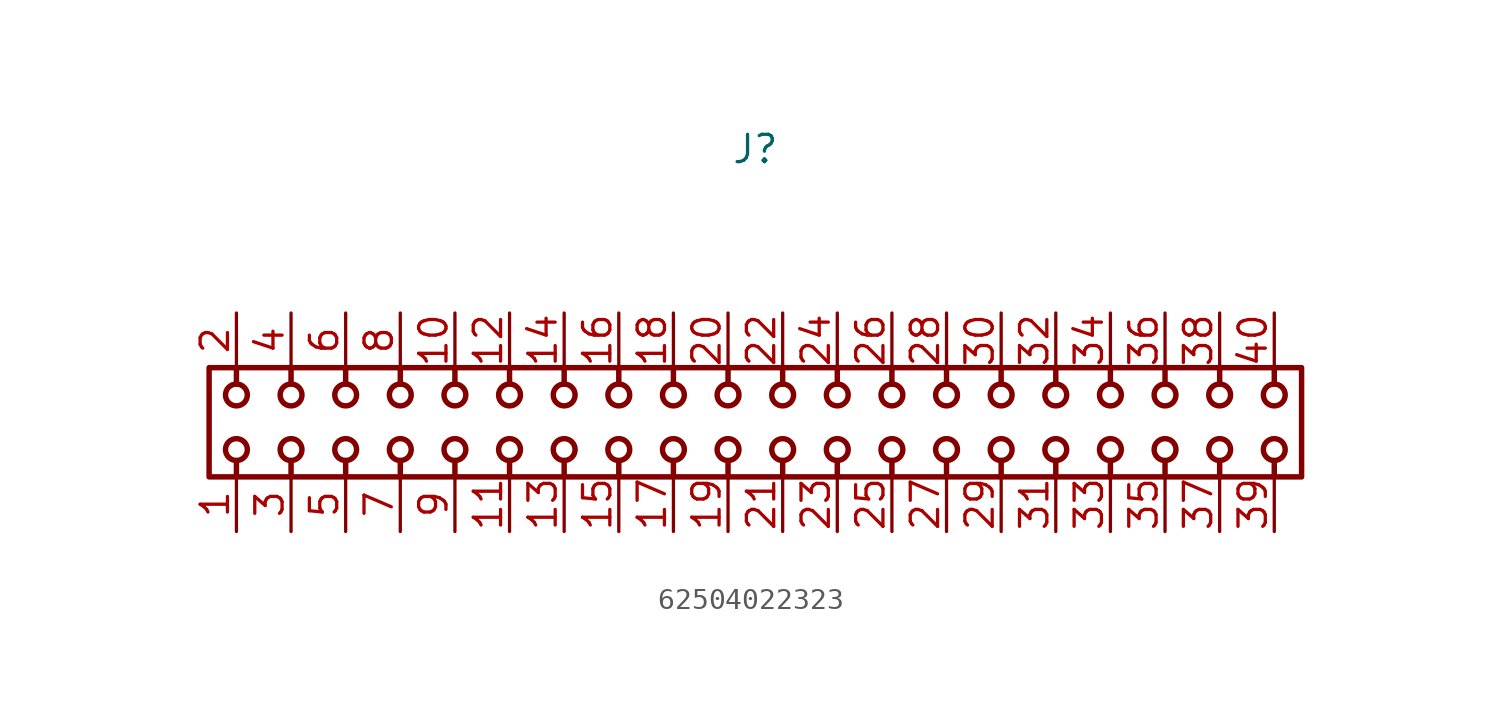
<source format=kicad_sym>
(kicad_symbol_lib
  (version 20241209)
  (generator "kicad_symbol_editor")
  (generator_version "9.0")
  (symbol "62504022323"
    (pin_names
      (hide yes))
    (property "Reference" "J"
      (at 0 12.7 0)
      (effects (font (size 1.27 1.27))))
    (symbol "62504022323_1_1"
      (rectangle (start -25.4 2.54) (end 25.4 -2.54) (stroke (width 0.254) (type solid)) (fill (type none)))
      (polyline (pts (xy -24.13 1.778) (xy -24.13 2.54)) (stroke (width 0.254) (type solid)) (fill (type none)))
      (circle (center -24.13 1.27) (radius 0.508) (stroke (width 0.254) (type solid)) (fill (type none)))
      (circle (center -24.13 -1.27) (radius 0.508) (stroke (width 0.254) (type solid)) (fill (type none)))
      (polyline (pts (xy -24.13 -1.778) (xy -24.13 -2.54)) (stroke (width 0.254) (type solid)) (fill (type none)))
      (polyline (pts (xy -21.59 1.778) (xy -21.59 2.54)) (stroke (width 0.254) (type solid)) (fill (type none)))
      (circle (center -21.59 1.27) (radius 0.508) (stroke (width 0.254) (type solid)) (fill (type none)))
      (circle (center -21.59 -1.27) (radius 0.508) (stroke (width 0.254) (type solid)) (fill (type none)))
      (polyline (pts (xy -21.59 -1.778) (xy -21.59 -2.54)) (stroke (width 0.254) (type solid)) (fill (type none)))
      (polyline (pts (xy -19.05 1.778) (xy -19.05 2.54)) (stroke (width 0.254) (type solid)) (fill (type none)))
      (circle (center -19.05 1.27) (radius 0.508) (stroke (width 0.254) (type solid)) (fill (type none)))
      (circle (center -19.05 -1.27) (radius 0.508) (stroke (width 0.254) (type solid)) (fill (type none)))
      (polyline (pts (xy -19.05 -1.778) (xy -19.05 -2.54)) (stroke (width 0.254) (type solid)) (fill (type none)))
      (polyline (pts (xy -16.51 1.778) (xy -16.51 2.54)) (stroke (width 0.254) (type solid)) (fill (type none)))
      (circle (center -16.51 1.27) (radius 0.508) (stroke (width 0.254) (type solid)) (fill (type none)))
      (circle (center -16.51 -1.27) (radius 0.508) (stroke (width 0.254) (type solid)) (fill (type none)))
      (polyline (pts (xy -16.51 -1.778) (xy -16.51 -2.54)) (stroke (width 0.254) (type solid)) (fill (type none)))
      (polyline (pts (xy -13.97 1.778) (xy -13.97 2.54)) (stroke (width 0.254) (type solid)) (fill (type none)))
      (circle (center -13.97 1.27) (radius 0.508) (stroke (width 0.254) (type solid)) (fill (type none)))
      (circle (center -13.97 -1.27) (radius 0.508) (stroke (width 0.254) (type solid)) (fill (type none)))
      (polyline (pts (xy -13.97 -1.778) (xy -13.97 -2.54)) (stroke (width 0.254) (type solid)) (fill (type none)))
      (polyline (pts (xy -11.43 1.778) (xy -11.43 2.54)) (stroke (width 0.254) (type solid)) (fill (type none)))
      (circle (center -11.43 1.27) (radius 0.508) (stroke (width 0.254) (type solid)) (fill (type none)))
      (circle (center -11.43 -1.27) (radius 0.508) (stroke (width 0.254) (type solid)) (fill (type none)))
      (polyline (pts (xy -11.43 -1.778) (xy -11.43 -2.54)) (stroke (width 0.254) (type solid)) (fill (type none)))
      (polyline (pts (xy -8.89 1.778) (xy -8.89 2.54)) (stroke (width 0.254) (type solid)) (fill (type none)))
      (circle (center -8.89 1.27) (radius 0.508) (stroke (width 0.254) (type solid)) (fill (type none)))
      (circle (center -8.89 -1.27) (radius 0.508) (stroke (width 0.254) (type solid)) (fill (type none)))
      (polyline (pts (xy -8.89 -1.778) (xy -8.89 -2.54)) (stroke (width 0.254) (type solid)) (fill (type none)))
      (polyline (pts (xy -6.35 1.778) (xy -6.35 2.54)) (stroke (width 0.254) (type solid)) (fill (type none)))
      (circle (center -6.35 1.27) (radius 0.508) (stroke (width 0.254) (type solid)) (fill (type none)))
      (circle (center -6.35 -1.27) (radius 0.508) (stroke (width 0.254) (type solid)) (fill (type none)))
      (polyline (pts (xy -6.35 -1.778) (xy -6.35 -2.54)) (stroke (width 0.254) (type solid)) (fill (type none)))
      (polyline (pts (xy -3.81 1.778) (xy -3.81 2.54)) (stroke (width 0.254) (type solid)) (fill (type none)))
      (circle (center -3.81 1.27) (radius 0.508) (stroke (width 0.254) (type solid)) (fill (type none)))
      (circle (center -3.81 -1.27) (radius 0.508) (stroke (width 0.254) (type solid)) (fill (type none)))
      (polyline (pts (xy -3.81 -1.778) (xy -3.81 -2.54)) (stroke (width 0.254) (type solid)) (fill (type none)))
      (polyline (pts (xy -1.27 1.778) (xy -1.27 2.54)) (stroke (width 0.254) (type solid)) (fill (type none)))
      (circle (center -1.27 1.27) (radius 0.508) (stroke (width 0.254) (type solid)) (fill (type none)))
      (circle (center -1.27 -1.27) (radius 0.508) (stroke (width 0.254) (type solid)) (fill (type none)))
      (polyline (pts (xy -1.27 -1.778) (xy -1.27 -2.54)) (stroke (width 0.254) (type solid)) (fill (type none)))
      (polyline (pts (xy 1.27 1.778) (xy 1.27 2.54)) (stroke (width 0.254) (type solid)) (fill (type none)))
      (circle (center 1.27 1.27) (radius 0.508) (stroke (width 0.254) (type solid)) (fill (type none)))
      (circle (center 1.27 -1.27) (radius 0.508) (stroke (width 0.254) (type solid)) (fill (type none)))
      (polyline (pts (xy 1.27 -1.778) (xy 1.27 -2.54)) (stroke (width 0.254) (type solid)) (fill (type none)))
      (polyline (pts (xy 3.81 1.778) (xy 3.81 2.54)) (stroke (width 0.254) (type solid)) (fill (type none)))
      (circle (center 3.81 1.27) (radius 0.508) (stroke (width 0.254) (type solid)) (fill (type none)))
      (circle (center 3.81 -1.27) (radius 0.508) (stroke (width 0.254) (type solid)) (fill (type none)))
      (polyline (pts (xy 3.81 -1.778) (xy 3.81 -2.54)) (stroke (width 0.254) (type solid)) (fill (type none)))
      (polyline (pts (xy 6.35 1.778) (xy 6.35 2.54)) (stroke (width 0.254) (type solid)) (fill (type none)))
      (circle (center 6.35 1.27) (radius 0.508) (stroke (width 0.254) (type solid)) (fill (type none)))
      (circle (center 6.35 -1.27) (radius 0.508) (stroke (width 0.254) (type solid)) (fill (type none)))
      (polyline (pts (xy 6.35 -1.778) (xy 6.35 -2.54)) (stroke (width 0.254) (type solid)) (fill (type none)))
      (polyline (pts (xy 8.89 1.778) (xy 8.89 2.54)) (stroke (width 0.254) (type solid)) (fill (type none)))
      (circle (center 8.89 1.27) (radius 0.508) (stroke (width 0.254) (type solid)) (fill (type none)))
      (circle (center 8.89 -1.27) (radius 0.508) (stroke (width 0.254) (type solid)) (fill (type none)))
      (polyline (pts (xy 8.89 -1.778) (xy 8.89 -2.54)) (stroke (width 0.254) (type solid)) (fill (type none)))
      (polyline (pts (xy 11.43 1.778) (xy 11.43 2.54)) (stroke (width 0.254) (type solid)) (fill (type none)))
      (circle (center 11.43 1.27) (radius 0.508) (stroke (width 0.254) (type solid)) (fill (type none)))
      (circle (center 11.43 -1.27) (radius 0.508) (stroke (width 0.254) (type solid)) (fill (type none)))
      (polyline (pts (xy 11.43 -1.778) (xy 11.43 -2.54)) (stroke (width 0.254) (type solid)) (fill (type none)))
      (polyline (pts (xy 13.97 1.778) (xy 13.97 2.54)) (stroke (width 0.254) (type solid)) (fill (type none)))
      (circle (center 13.97 1.27) (radius 0.508) (stroke (width 0.254) (type solid)) (fill (type none)))
      (circle (center 13.97 -1.27) (radius 0.508) (stroke (width 0.254) (type solid)) (fill (type none)))
      (polyline (pts (xy 13.97 -1.778) (xy 13.97 -2.54)) (stroke (width 0.254) (type solid)) (fill (type none)))
      (polyline (pts (xy 16.51 1.778) (xy 16.51 2.54)) (stroke (width 0.254) (type solid)) (fill (type none)))
      (circle (center 16.51 1.27) (radius 0.508) (stroke (width 0.254) (type solid)) (fill (type none)))
      (circle (center 16.51 -1.27) (radius 0.508) (stroke (width 0.254) (type solid)) (fill (type none)))
      (polyline (pts (xy 16.51 -1.778) (xy 16.51 -2.54)) (stroke (width 0.254) (type solid)) (fill (type none)))
      (polyline (pts (xy 19.05 1.778) (xy 19.05 2.54)) (stroke (width 0.254) (type solid)) (fill (type none)))
      (circle (center 19.05 1.27) (radius 0.508) (stroke (width 0.254) (type solid)) (fill (type none)))
      (circle (center 19.05 -1.27) (radius 0.508) (stroke (width 0.254) (type solid)) (fill (type none)))
      (polyline (pts (xy 19.05 -1.778) (xy 19.05 -2.54)) (stroke (width 0.254) (type solid)) (fill (type none)))
      (polyline (pts (xy 21.59 1.778) (xy 21.59 2.54)) (stroke (width 0.254) (type solid)) (fill (type none)))
      (circle (center 21.59 1.27) (radius 0.508) (stroke (width 0.254) (type solid)) (fill (type none)))
      (circle (center 21.59 -1.27) (radius 0.508) (stroke (width 0.254) (type solid)) (fill (type none)))
      (polyline (pts (xy 21.59 -1.778) (xy 21.59 -2.54)) (stroke (width 0.254) (type solid)) (fill (type none)))
      (polyline (pts (xy 24.13 1.778) (xy 24.13 2.54)) (stroke (width 0.254) (type solid)) (fill (type none)))
      (circle (center 24.13 1.27) (radius 0.508) (stroke (width 0.254) (type solid)) (fill (type none)))
      (circle (center 24.13 -1.27) (radius 0.508) (stroke (width 0.254) (type solid)) (fill (type none)))
      (polyline (pts (xy 24.13 -1.778) (xy 24.13 -2.54)) (stroke (width 0.254) (type solid)) (fill (type none)))
      (pin passive line (at -24.13 5.08 270) (length 2.54) (name "2" (effects (font (size 1.27 1.27)))) (number "2" (effects (font (size 1.27 1.27)))))
      (pin passive line (at -24.13 -5.08 90) (length 2.54) (name "1" (effects (font (size 1.27 1.27)))) (number "1" (effects (font (size 1.27 1.27)))))
      (pin passive line (at -21.59 5.08 270) (length 2.54) (name "4" (effects (font (size 1.27 1.27)))) (number "4" (effects (font (size 1.27 1.27)))))
      (pin passive line (at -21.59 -5.08 90) (length 2.54) (name "3" (effects (font (size 1.27 1.27)))) (number "3" (effects (font (size 1.27 1.27)))))
      (pin passive line (at -19.05 5.08 270) (length 2.54) (name "6" (effects (font (size 1.27 1.27)))) (number "6" (effects (font (size 1.27 1.27)))))
      (pin passive line (at -19.05 -5.08 90) (length 2.54) (name "5" (effects (font (size 1.27 1.27)))) (number "5" (effects (font (size 1.27 1.27)))))
      (pin passive line (at -16.51 5.08 270) (length 2.54) (name "8" (effects (font (size 1.27 1.27)))) (number "8" (effects (font (size 1.27 1.27)))))
      (pin passive line (at -16.51 -5.08 90) (length 2.54) (name "7" (effects (font (size 1.27 1.27)))) (number "7" (effects (font (size 1.27 1.27)))))
      (pin passive line (at -13.97 5.08 270) (length 2.54) (name "10" (effects (font (size 1.27 1.27)))) (number "10" (effects (font (size 1.27 1.27)))))
      (pin passive line (at -13.97 -5.08 90) (length 2.54) (name "9" (effects (font (size 1.27 1.27)))) (number "9" (effects (font (size 1.27 1.27)))))
      (pin passive line (at -11.43 5.08 270) (length 2.54) (name "12" (effects (font (size 1.27 1.27)))) (number "12" (effects (font (size 1.27 1.27)))))
      (pin passive line (at -11.43 -5.08 90) (length 2.54) (name "11" (effects (font (size 1.27 1.27)))) (number "11" (effects (font (size 1.27 1.27)))))
      (pin passive line (at -8.89 5.08 270) (length 2.54) (name "14" (effects (font (size 1.27 1.27)))) (number "14" (effects (font (size 1.27 1.27)))))
      (pin passive line (at -8.89 -5.08 90) (length 2.54) (name "13" (effects (font (size 1.27 1.27)))) (number "13" (effects (font (size 1.27 1.27)))))
      (pin passive line (at -6.35 5.08 270) (length 2.54) (name "16" (effects (font (size 1.27 1.27)))) (number "16" (effects (font (size 1.27 1.27)))))
      (pin passive line (at -6.35 -5.08 90) (length 2.54) (name "15" (effects (font (size 1.27 1.27)))) (number "15" (effects (font (size 1.27 1.27)))))
      (pin passive line (at -3.81 5.08 270) (length 2.54) (name "18" (effects (font (size 1.27 1.27)))) (number "18" (effects (font (size 1.27 1.27)))))
      (pin passive line (at -3.81 -5.08 90) (length 2.54) (name "17" (effects (font (size 1.27 1.27)))) (number "17" (effects (font (size 1.27 1.27)))))
      (pin passive line (at -1.27 5.08 270) (length 2.54) (name "20" (effects (font (size 1.27 1.27)))) (number "20" (effects (font (size 1.27 1.27)))))
      (pin passive line (at -1.27 -5.08 90) (length 2.54) (name "19" (effects (font (size 1.27 1.27)))) (number "19" (effects (font (size 1.27 1.27)))))
      (pin passive line (at 1.27 5.08 270) (length 2.54) (name "22" (effects (font (size 1.27 1.27)))) (number "22" (effects (font (size 1.27 1.27)))))
      (pin passive line (at 1.27 -5.08 90) (length 2.54) (name "21" (effects (font (size 1.27 1.27)))) (number "21" (effects (font (size 1.27 1.27)))))
      (pin passive line (at 3.81 5.08 270) (length 2.54) (name "24" (effects (font (size 1.27 1.27)))) (number "24" (effects (font (size 1.27 1.27)))))
      (pin passive line (at 3.81 -5.08 90) (length 2.54) (name "23" (effects (font (size 1.27 1.27)))) (number "23" (effects (font (size 1.27 1.27)))))
      (pin passive line (at 6.35 5.08 270) (length 2.54) (name "26" (effects (font (size 1.27 1.27)))) (number "26" (effects (font (size 1.27 1.27)))))
      (pin passive line (at 6.35 -5.08 90) (length 2.54) (name "25" (effects (font (size 1.27 1.27)))) (number "25" (effects (font (size 1.27 1.27)))))
      (pin passive line (at 8.89 5.08 270) (length 2.54) (name "28" (effects (font (size 1.27 1.27)))) (number "28" (effects (font (size 1.27 1.27)))))
      (pin passive line (at 8.89 -5.08 90) (length 2.54) (name "27" (effects (font (size 1.27 1.27)))) (number "27" (effects (font (size 1.27 1.27)))))
      (pin passive line (at 11.43 5.08 270) (length 2.54) (name "30" (effects (font (size 1.27 1.27)))) (number "30" (effects (font (size 1.27 1.27)))))
      (pin passive line (at 11.43 -5.08 90) (length 2.54) (name "29" (effects (font (size 1.27 1.27)))) (number "29" (effects (font (size 1.27 1.27)))))
      (pin passive line (at 13.97 5.08 270) (length 2.54) (name "32" (effects (font (size 1.27 1.27)))) (number "32" (effects (font (size 1.27 1.27)))))
      (pin passive line (at 13.97 -5.08 90) (length 2.54) (name "31" (effects (font (size 1.27 1.27)))) (number "31" (effects (font (size 1.27 1.27)))))
      (pin passive line (at 16.51 5.08 270) (length 2.54) (name "34" (effects (font (size 1.27 1.27)))) (number "34" (effects (font (size 1.27 1.27)))))
      (pin passive line (at 16.51 -5.08 90) (length 2.54) (name "33" (effects (font (size 1.27 1.27)))) (number "33" (effects (font (size 1.27 1.27)))))
      (pin passive line (at 19.05 5.08 270) (length 2.54) (name "36" (effects (font (size 1.27 1.27)))) (number "36" (effects (font (size 1.27 1.27)))))
      (pin passive line (at 19.05 -5.08 90) (length 2.54) (name "35" (effects (font (size 1.27 1.27)))) (number "35" (effects (font (size 1.27 1.27)))))
      (pin passive line (at 21.59 5.08 270) (length 2.54) (name "38" (effects (font (size 1.27 1.27)))) (number "38" (effects (font (size 1.27 1.27)))))
      (pin passive line (at 21.59 -5.08 90) (length 2.54) (name "37" (effects (font (size 1.27 1.27)))) (number "37" (effects (font (size 1.27 1.27)))))
      (pin passive line (at 24.13 5.08 270) (length 2.54) (name "40" (effects (font (size 1.27 1.27)))) (number "40" (effects (font (size 1.27 1.27)))))
      (pin passive line (at 24.13 -5.08 90) (length 2.54) (name "39" (effects (font (size 1.27 1.27)))) (number "39" (effects (font (size 1.27 1.27))))))))
</source>
